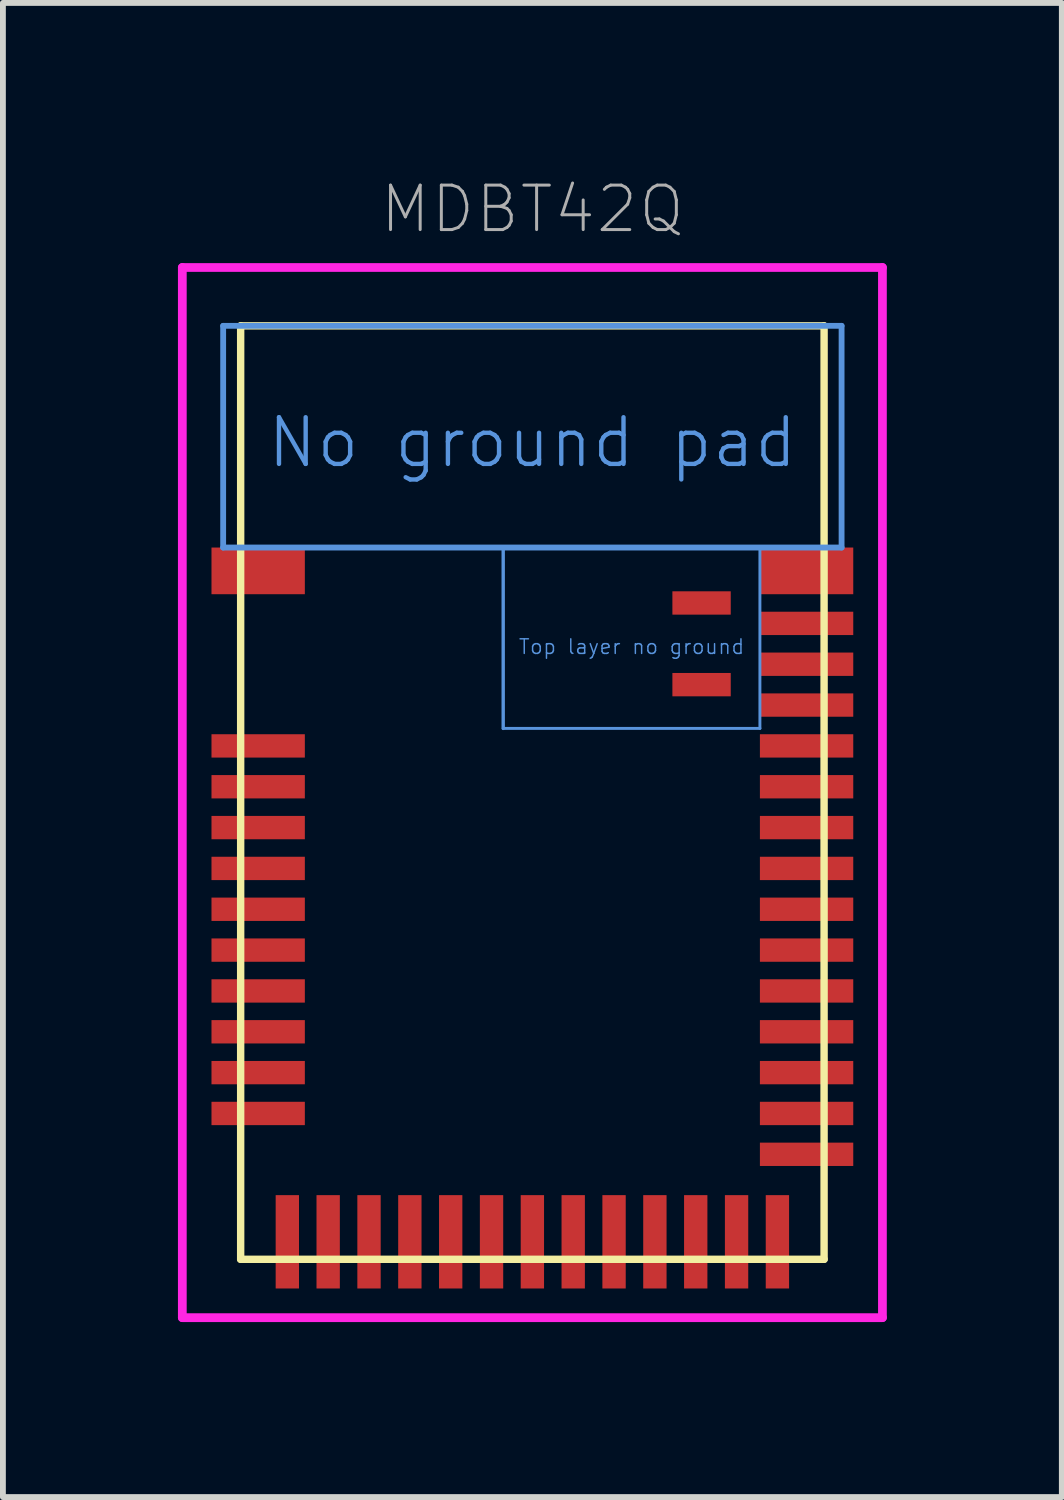
<source format=kicad_pcb>
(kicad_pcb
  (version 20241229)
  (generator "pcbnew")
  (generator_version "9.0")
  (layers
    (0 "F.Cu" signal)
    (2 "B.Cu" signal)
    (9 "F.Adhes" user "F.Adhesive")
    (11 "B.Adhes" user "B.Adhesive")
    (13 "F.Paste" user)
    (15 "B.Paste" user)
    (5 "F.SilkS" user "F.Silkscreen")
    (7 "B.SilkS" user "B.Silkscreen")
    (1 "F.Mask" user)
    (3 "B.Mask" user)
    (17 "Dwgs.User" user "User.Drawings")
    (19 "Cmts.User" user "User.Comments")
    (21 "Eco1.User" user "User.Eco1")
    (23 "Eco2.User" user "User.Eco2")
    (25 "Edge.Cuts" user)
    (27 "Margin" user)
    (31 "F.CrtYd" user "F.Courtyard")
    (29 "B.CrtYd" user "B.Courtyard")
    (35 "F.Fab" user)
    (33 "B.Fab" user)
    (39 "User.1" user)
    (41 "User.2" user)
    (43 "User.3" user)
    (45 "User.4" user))
  (footprint "MDBT42Q"
    (layer "F.Cu")
    (at 6.075 10.535)
    (property "Reference" "MDBT42Q" (at 0 -10 0) (layer "F.Fab") (effects (font (size 0.762 0.762) (thickness 0.051))))
    (attr smd)
    (fp_line (start -5 -8) (end 5 -8) (stroke (width 0.127) (type solid)) (layer "F.SilkS"))
    (fp_line (start -5 8) (end -5 -8) (stroke (width 0.127) (type solid)) (layer "F.SilkS"))
    (fp_line (start 5 -8) (end 5 8) (stroke (width 0.127) (type solid)) (layer "F.SilkS"))
    (fp_line (start 5 8) (end -5 8) (stroke (width 0.127) (type solid)) (layer "F.SilkS"))
    (fp_line (start -5.3 -8) (end -5.3 -4.2) (stroke (width 0.1) (type solid)) (layer "Cmts.User"))
    (fp_line (start -5.3 -8) (end 5.3 -8) (stroke (width 0.1) (type solid)) (layer "Cmts.User"))
    (fp_line (start -5.3 -4.2) (end 5.3 -4.2) (stroke (width 0.1) (type solid)) (layer "Cmts.User"))
    (fp_line (start -0.5 -4.2) (end -0.5 -1.1) (stroke (width 0.058) (type solid)) (layer "Cmts.User"))
    (fp_line (start -0.5 -4.2) (end 3.9 -4.2) (stroke (width 0.05) (type solid)) (layer "Cmts.User"))
    (fp_line (start -0.5 -1.1) (end 3.9 -1.1) (stroke (width 0.05) (type solid)) (layer "Cmts.User"))
    (fp_line (start 3.9 -4.2) (end 3.9 -1.1) (stroke (width 0.05) (type solid)) (layer "Cmts.User"))
    (fp_line (start 5.3 -8) (end 5.3 -4.2) (stroke (width 0.1) (type solid)) (layer "Cmts.User"))
    (fp_line (start -6 -9) (end -6 9) (stroke (width 0.15) (type solid)) (layer "F.CrtYd"))
    (fp_line (start -6 9) (end 6 9) (stroke (width 0.15) (type solid)) (layer "F.CrtYd"))
    (fp_line (start 6 -9) (end -6 -9) (stroke (width 0.15) (type solid)) (layer "F.CrtYd"))
    (fp_line (start 6 9) (end 6 -9) (stroke (width 0.15) (type solid)) (layer "F.CrtYd"))
    (fp_text user "Top layer no ground" (at 1.7 -2.5 0) (layer "Cmts.User") (effects (font (size 0.25 0.25) (thickness 0.025))))
    (fp_text user "No ground pad" (at 0 -6 0) (layer "Cmts.User") (effects (font (size 0.8 0.8) (thickness 0.075))))
    (pad "1" smd rect (at -4.7 -3.8) (size 1.6 0.8) (layers "F.Cu" "F.Mask" "F.Paste"))
    (pad "2" smd rect (at -4.7 -0.8) (size 1.6 0.4) (layers "F.Cu" "F.Mask" "F.Paste"))
    (pad "3" smd rect (at -4.7 -0.1) (size 1.6 0.4) (layers "F.Cu" "F.Mask" "F.Paste"))
    (pad "4" smd rect (at -4.7 0.6) (size 1.6 0.4) (layers "F.Cu" "F.Mask" "F.Paste"))
    (pad "5" smd rect (at -4.7 1.3) (size 1.6 0.4) (layers "F.Cu" "F.Mask" "F.Paste"))
    (pad "6" smd rect (at -4.7 2) (size 1.6 0.4) (layers "F.Cu" "F.Mask" "F.Paste"))
    (pad "7" smd rect (at -4.7 2.7) (size 1.6 0.4) (layers "F.Cu" "F.Mask" "F.Paste"))
    (pad "8" smd rect (at -4.7 3.4) (size 1.6 0.4) (layers "F.Cu" "F.Mask" "F.Paste"))
    (pad "9" smd rect (at -4.7 4.1) (size 1.6 0.4) (layers "F.Cu" "F.Mask" "F.Paste"))
    (pad "10" smd rect (at -4.7 4.8) (size 1.6 0.4) (layers "F.Cu" "F.Mask" "F.Paste"))
    (pad "11" smd rect (at -4.7 5.5) (size 1.6 0.4) (layers "F.Cu" "F.Mask" "F.Paste"))
    (pad "12" smd rect (at -4.2 7.7 90) (size 1.6 0.4) (layers "F.Cu" "F.Mask" "F.Paste"))
    (pad "13" smd rect (at -3.5 7.7 90) (size 1.6 0.4) (layers "F.Cu" "F.Mask" "F.Paste"))
    (pad "14" smd rect (at -2.8 7.7 90) (size 1.6 0.4) (layers "F.Cu" "F.Mask" "F.Paste"))
    (pad "15" smd rect (at -2.1 7.7 90) (size 1.6 0.4) (layers "F.Cu" "F.Mask" "F.Paste"))
    (pad "16" smd rect (at -1.4 7.7 90) (size 1.6 0.4) (layers "F.Cu" "F.Mask" "F.Paste"))
    (pad "17" smd rect (at -0.7 7.7 90) (size 1.6 0.4) (layers "F.Cu" "F.Mask" "F.Paste"))
    (pad "18" smd rect (at 0 7.7 90) (size 1.6 0.4) (layers "F.Cu" "F.Mask" "F.Paste"))
    (pad "19" smd rect (at 0.7 7.7 90) (size 1.6 0.4) (layers "F.Cu" "F.Mask" "F.Paste"))
    (pad "20" smd rect (at 1.4 7.7 90) (size 1.6 0.4) (layers "F.Cu" "F.Mask" "F.Paste"))
    (pad "21" smd rect (at 2.1 7.7 90) (size 1.6 0.4) (layers "F.Cu" "F.Mask" "F.Paste"))
    (pad "22" smd rect (at 2.8 7.7 90) (size 1.6 0.4) (layers "F.Cu" "F.Mask" "F.Paste"))
    (pad "23" smd rect (at 3.5 7.7 90) (size 1.6 0.4) (layers "F.Cu" "F.Mask" "F.Paste"))
    (pad "24" smd rect (at 4.2 7.7 90) (size 1.6 0.4) (layers "F.Cu" "F.Mask" "F.Paste"))
    (pad "25" smd rect (at 4.7 6.2 180) (size 1.6 0.4) (layers "F.Cu" "F.Mask" "F.Paste"))
    (pad "26" smd rect (at 4.7 5.5 180) (size 1.6 0.4) (layers "F.Cu" "F.Mask" "F.Paste"))
    (pad "27" smd rect (at 4.7 4.8 180) (size 1.6 0.4) (layers "F.Cu" "F.Mask" "F.Paste"))
    (pad "28" smd rect (at 4.7 4.1 180) (size 1.6 0.4) (layers "F.Cu" "F.Mask" "F.Paste"))
    (pad "29" smd rect (at 4.7 3.4 180) (size 1.6 0.4) (layers "F.Cu" "F.Mask" "F.Paste"))
    (pad "30" smd rect (at 4.7 2.7 180) (size 1.6 0.4) (layers "F.Cu" "F.Mask" "F.Paste"))
    (pad "31" smd rect (at 4.7 2 180) (size 1.6 0.4) (layers "F.Cu" "F.Mask" "F.Paste"))
    (pad "32" smd rect (at 4.7 1.3 180) (size 1.6 0.4) (layers "F.Cu" "F.Mask" "F.Paste"))
    (pad "33" smd rect (at 4.7 0.6 180) (size 1.6 0.4) (layers "F.Cu" "F.Mask" "F.Paste"))
    (pad "34" smd rect (at 4.7 -0.1 180) (size 1.6 0.4) (layers "F.Cu" "F.Mask" "F.Paste"))
    (pad "35" smd rect (at 4.7 -0.8 180) (size 1.6 0.4) (layers "F.Cu" "F.Mask" "F.Paste"))
    (pad "36" smd rect (at 4.7 -1.5 180) (size 1.6 0.4) (layers "F.Cu" "F.Mask" "F.Paste"))
    (pad "37" smd rect (at 4.7 -2.2 180) (size 1.6 0.4) (layers "F.Cu" "F.Mask" "F.Paste"))
    (pad "38" smd rect (at 4.7 -2.9 180) (size 1.6 0.4) (layers "F.Cu" "F.Mask" "F.Paste"))
    (pad "39" smd rect (at 4.7 -3.8 180) (size 1.6 0.8) (layers "F.Cu" "F.Mask" "F.Paste"))
    (pad "40" smd rect (at 2.9 -3.25 180) (size 1 0.4) (layers "F.Cu" "F.Mask" "F.Paste"))
    (pad "41" smd rect (at 2.9 -1.85 180) (size 1 0.4) (layers "F.Cu" "F.Mask" "F.Paste")))
  (gr_rect
    (start -3 -3)
    (end 15.15 22.61)
    (stroke (width 0.1) (type default))
    (fill no)
    (layer "Edge.Cuts")))
</source>
